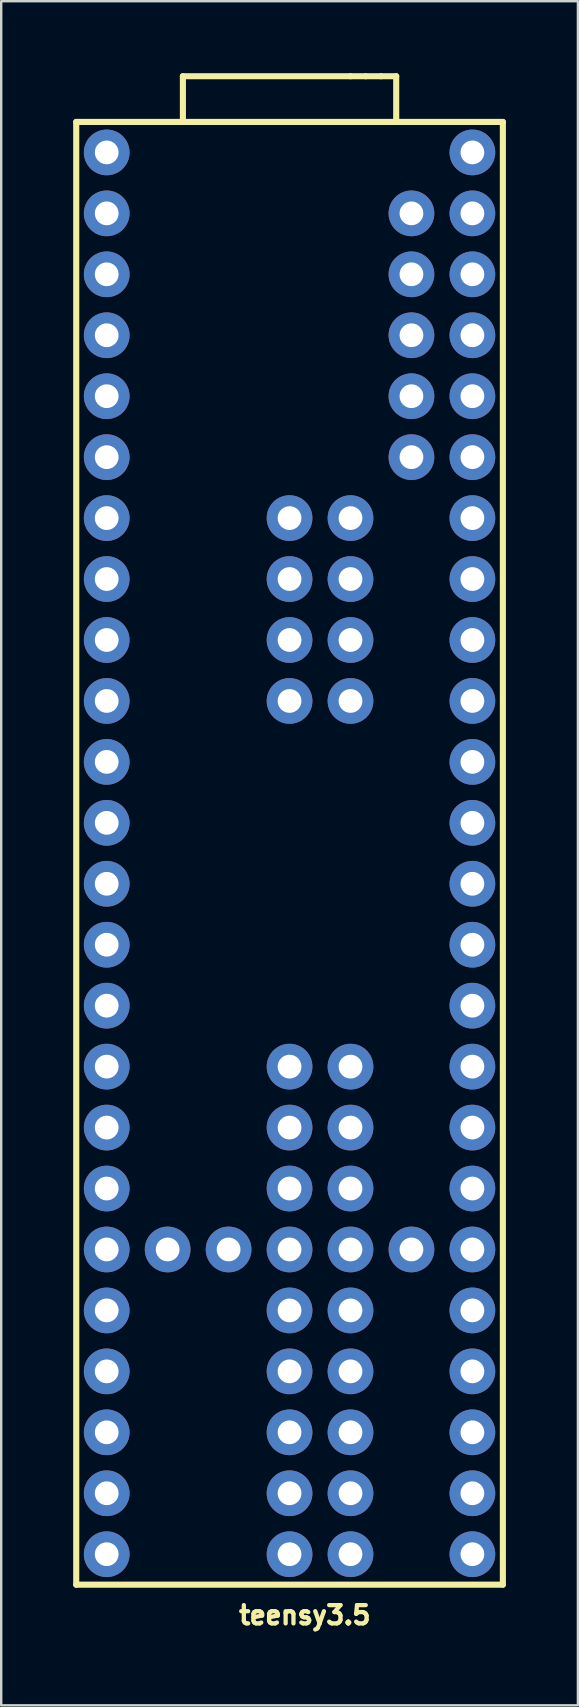
<source format=kicad_pcb>
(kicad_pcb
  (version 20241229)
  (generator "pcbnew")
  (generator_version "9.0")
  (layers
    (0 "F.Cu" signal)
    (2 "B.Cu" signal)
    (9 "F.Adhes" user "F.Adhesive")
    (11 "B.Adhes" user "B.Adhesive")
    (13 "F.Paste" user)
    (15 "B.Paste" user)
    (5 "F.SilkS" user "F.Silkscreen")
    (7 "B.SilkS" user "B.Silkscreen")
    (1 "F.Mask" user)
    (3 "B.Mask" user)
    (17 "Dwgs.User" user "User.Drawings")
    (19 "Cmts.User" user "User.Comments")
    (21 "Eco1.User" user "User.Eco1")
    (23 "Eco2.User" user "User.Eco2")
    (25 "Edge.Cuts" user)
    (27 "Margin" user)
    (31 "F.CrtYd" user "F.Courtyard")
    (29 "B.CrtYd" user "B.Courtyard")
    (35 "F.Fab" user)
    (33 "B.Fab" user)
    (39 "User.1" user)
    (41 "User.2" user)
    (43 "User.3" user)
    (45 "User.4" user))
  (footprint "teensy3.5"
    (layer "F.Cu")
    (at 9.017 32.512)
    (property "Reference" "teensy3.5" (at 0.635 31.75 0) (layer "F.SilkS") (effects (font (size 0.762 0.762) (thickness 0.178))))
    (attr through_hole)
    (fp_line (start -8.89 -30.48) (end 8.89 -30.48) (stroke (width 0.254) (type solid)) (layer "F.SilkS"))
    (fp_line (start -8.89 30.48) (end -8.89 -30.48) (stroke (width 0.254) (type solid)) (layer "F.SilkS"))
    (fp_line (start -4.445 -32.385) (end 2.54 -32.385) (stroke (width 0.254) (type solid)) (layer "F.SilkS"))
    (fp_line (start -4.445 -30.48) (end -4.445 -32.385) (stroke (width 0.254) (type solid)) (layer "F.SilkS"))
    (fp_line (start 2.54 -32.385) (end 3.175 -32.385) (stroke (width 0.254) (type solid)) (layer "F.SilkS"))
    (fp_line (start 3.175 -32.385) (end 3.81 -32.385) (stroke (width 0.254) (type solid)) (layer "F.SilkS"))
    (fp_line (start 3.81 -32.385) (end 4.445 -32.385) (stroke (width 0.254) (type solid)) (layer "F.SilkS"))
    (fp_line (start 4.445 -32.385) (end 4.445 -30.48) (stroke (width 0.254) (type solid)) (layer "F.SilkS"))
    (fp_line (start 8.89 -30.48) (end 8.89 30.48) (stroke (width 0.254) (type solid)) (layer "F.SilkS"))
    (fp_line (start 8.89 30.48) (end -8.89 30.48) (stroke (width 0.254) (type solid)) (layer "F.SilkS"))
    (pad "1" thru_hole circle (at -7.62 -29.21) (size 1.905 1.905) (drill 0.991) (layers "*.Cu" "*.Mask"))
    (pad "2" thru_hole circle (at -7.62 -26.67) (size 1.905 1.905) (drill 0.991) (layers "*.Cu" "*.Mask"))
    (pad "3" thru_hole circle (at -7.62 -24.13) (size 1.905 1.905) (drill 0.991) (layers "*.Cu" "*.Mask"))
    (pad "4" thru_hole circle (at -7.62 -21.59) (size 1.905 1.905) (drill 0.991) (layers "*.Cu" "*.Mask"))
    (pad "5" thru_hole circle (at -7.62 -19.05) (size 1.905 1.905) (drill 0.991) (layers "*.Cu" "*.Mask"))
    (pad "6" thru_hole circle (at -7.62 -16.51) (size 1.905 1.905) (drill 0.991) (layers "*.Cu" "*.Mask"))
    (pad "7" thru_hole circle (at -7.62 -13.97) (size 1.905 1.905) (drill 0.991) (layers "*.Cu" "*.Mask"))
    (pad "8" thru_hole circle (at -7.62 -11.43) (size 1.905 1.905) (drill 0.991) (layers "*.Cu" "*.Mask"))
    (pad "9" thru_hole circle (at -7.62 -8.89) (size 1.905 1.905) (drill 0.991) (layers "*.Cu" "*.Mask"))
    (pad "10" thru_hole circle (at -7.62 -6.35) (size 1.905 1.905) (drill 0.991) (layers "*.Cu" "*.Mask"))
    (pad "11" thru_hole circle (at -7.62 -3.81) (size 1.905 1.905) (drill 0.991) (layers "*.Cu" "*.Mask"))
    (pad "12" thru_hole circle (at -7.62 -1.27) (size 1.905 1.905) (drill 0.991) (layers "*.Cu" "*.Mask"))
    (pad "13" thru_hole circle (at -7.62 1.27) (size 1.905 1.905) (drill 0.991) (layers "*.Cu" "*.Mask"))
    (pad "14" thru_hole circle (at -7.62 3.81) (size 1.905 1.905) (drill 0.991) (layers "*.Cu" "*.Mask"))
    (pad "15" thru_hole circle (at -7.62 6.35) (size 1.905 1.905) (drill 0.991) (layers "*.Cu" "*.Mask"))
    (pad "16" thru_hole circle (at -7.62 8.89) (size 1.905 1.905) (drill 0.991) (layers "*.Cu" "*.Mask"))
    (pad "17" thru_hole circle (at -7.62 11.43) (size 1.905 1.905) (drill 0.991) (layers "*.Cu" "*.Mask"))
    (pad "18" thru_hole circle (at -7.62 13.97) (size 1.905 1.905) (drill 0.991) (layers "*.Cu" "*.Mask"))
    (pad "19" thru_hole circle (at -7.62 16.51) (size 1.905 1.905) (drill 0.991) (layers "*.Cu" "*.Mask"))
    (pad "20" thru_hole circle (at -7.62 19.05) (size 1.905 1.905) (drill 0.991) (layers "*.Cu" "*.Mask"))
    (pad "21" thru_hole circle (at -7.62 21.59) (size 1.905 1.905) (drill 0.991) (layers "*.Cu" "*.Mask"))
    (pad "22" thru_hole circle (at -7.62 24.13) (size 1.905 1.905) (drill 0.991) (layers "*.Cu" "*.Mask"))
    (pad "23" thru_hole circle (at -7.62 26.67) (size 1.905 1.905) (drill 0.991) (layers "*.Cu" "*.Mask"))
    (pad "24" thru_hole circle (at -7.62 29.21) (size 1.905 1.905) (drill 0.991) (layers "*.Cu" "*.Mask"))
    (pad "25" thru_hole circle (at 7.62 29.21) (size 1.905 1.905) (drill 0.991) (layers "*.Cu" "*.Mask"))
    (pad "26" thru_hole circle (at 7.62 26.67) (size 1.905 1.905) (drill 0.991) (layers "*.Cu" "*.Mask"))
    (pad "27" thru_hole circle (at 7.62 24.13) (size 1.905 1.905) (drill 0.991) (layers "*.Cu" "*.Mask"))
    (pad "28" thru_hole circle (at 7.62 21.59) (size 1.905 1.905) (drill 0.991) (layers "*.Cu" "*.Mask"))
    (pad "29" thru_hole circle (at 7.62 19.05) (size 1.905 1.905) (drill 0.991) (layers "*.Cu" "*.Mask"))
    (pad "30" thru_hole circle (at 7.62 16.51) (size 1.905 1.905) (drill 0.991) (layers "*.Cu" "*.Mask"))
    (pad "31" thru_hole circle (at 7.62 13.97) (size 1.905 1.905) (drill 0.991) (layers "*.Cu" "*.Mask"))
    (pad "32" thru_hole circle (at 7.62 11.43) (size 1.905 1.905) (drill 0.991) (layers "*.Cu" "*.Mask"))
    (pad "33" thru_hole circle (at 7.62 8.89) (size 1.905 1.905) (drill 0.991) (layers "*.Cu" "*.Mask"))
    (pad "34" thru_hole circle (at 7.62 6.35) (size 1.905 1.905) (drill 0.991) (layers "*.Cu" "*.Mask"))
    (pad "35" thru_hole circle (at 7.62 3.81) (size 1.905 1.905) (drill 0.991) (layers "*.Cu" "*.Mask"))
    (pad "36" thru_hole circle (at 7.62 1.27) (size 1.905 1.905) (drill 0.991) (layers "*.Cu" "*.Mask"))
    (pad "37" thru_hole circle (at 7.62 -1.27) (size 1.905 1.905) (drill 0.991) (layers "*.Cu" "*.Mask"))
    (pad "38" thru_hole circle (at 7.62 -3.81) (size 1.905 1.905) (drill 0.991) (layers "*.Cu" "*.Mask"))
    (pad "39" thru_hole circle (at 7.62 -6.35) (size 1.905 1.905) (drill 0.991) (layers "*.Cu" "*.Mask"))
    (pad "40" thru_hole circle (at 7.62 -8.89) (size 1.905 1.905) (drill 0.991) (layers "*.Cu" "*.Mask"))
    (pad "41" thru_hole circle (at 7.62 -11.43) (size 1.905 1.905) (drill 0.991) (layers "*.Cu" "*.Mask"))
    (pad "42" thru_hole circle (at 7.62 -13.97) (size 1.905 1.905) (drill 0.991) (layers "*.Cu" "*.Mask"))
    (pad "43" thru_hole circle (at 7.62 -16.51) (size 1.905 1.905) (drill 0.991) (layers "*.Cu" "*.Mask"))
    (pad "44" thru_hole circle (at 7.62 -19.05) (size 1.905 1.905) (drill 0.991) (layers "*.Cu" "*.Mask"))
    (pad "45" thru_hole circle (at 7.62 -21.59) (size 1.905 1.905) (drill 0.991) (layers "*.Cu" "*.Mask"))
    (pad "46" thru_hole circle (at 7.62 -24.13) (size 1.905 1.905) (drill 0.991) (layers "*.Cu" "*.Mask"))
    (pad "47" thru_hole circle (at 7.62 -26.67) (size 1.905 1.905) (drill 0.991) (layers "*.Cu" "*.Mask"))
    (pad "48" thru_hole circle (at 7.62 -29.21) (size 1.905 1.905) (drill 0.991) (layers "*.Cu" "*.Mask"))
    (pad "49" thru_hole circle (at 0 29.21) (size 1.905 1.905) (drill 0.991) (layers "*.Cu" "*.Mask"))
    (pad "50" thru_hole circle (at 0 26.67) (size 1.905 1.905) (drill 0.991) (layers "*.Cu" "*.Mask"))
    (pad "51" thru_hole circle (at 0 24.13) (size 1.905 1.905) (drill 0.991) (layers "*.Cu" "*.Mask"))
    (pad "52" thru_hole circle (at 0 21.59) (size 1.905 1.905) (drill 0.991) (layers "*.Cu" "*.Mask"))
    (pad "53" thru_hole circle (at 0 19.05) (size 1.905 1.905) (drill 0.991) (layers "*.Cu" "*.Mask"))
    (pad "54" thru_hole circle (at 2.54 19.05) (size 1.905 1.905) (drill 0.991) (layers "*.Cu" "*.Mask"))
    (pad "55" thru_hole circle (at 2.54 21.59) (size 1.905 1.905) (drill 0.991) (layers "*.Cu" "*.Mask"))
    (pad "56" thru_hole circle (at 2.54 24.13) (size 1.905 1.905) (drill 0.991) (layers "*.Cu" "*.Mask"))
    (pad "57" thru_hole circle (at 2.54 26.67) (size 1.905 1.905) (drill 0.991) (layers "*.Cu" "*.Mask"))
    (pad "58" thru_hole circle (at 2.54 29.21) (size 1.905 1.905) (drill 0.991) (layers "*.Cu" "*.Mask"))
    (pad "59" thru_hole circle (at 0 13.97) (size 1.905 1.905) (drill 0.991) (layers "*.Cu" "*.Mask"))
    (pad "60" thru_hole circle (at 0 11.43) (size 1.905 1.905) (drill 0.991) (layers "*.Cu" "*.Mask"))
    (pad "61" thru_hole circle (at 0 8.89) (size 1.905 1.905) (drill 0.991) (layers "*.Cu" "*.Mask"))
    (pad "62" thru_hole circle (at 2.54 8.89) (size 1.905 1.905) (drill 0.991) (layers "*.Cu" "*.Mask"))
    (pad "63" thru_hole circle (at 2.54 11.43) (size 1.905 1.905) (drill 0.991) (layers "*.Cu" "*.Mask"))
    (pad "64" thru_hole circle (at 2.54 13.97) (size 1.905 1.905) (drill 0.991) (layers "*.Cu" "*.Mask"))
    (pad "65" thru_hole circle (at 0 -6.35) (size 1.905 1.905) (drill 0.991) (layers "*.Cu" "*.Mask"))
    (pad "66" thru_hole circle (at 0 -8.89) (size 1.905 1.905) (drill 0.991) (layers "*.Cu" "*.Mask"))
    (pad "67" thru_hole circle (at 0 -11.43) (size 1.905 1.905) (drill 0.991) (layers "*.Cu" "*.Mask"))
    (pad "68" thru_hole circle (at 0 -13.97) (size 1.905 1.905) (drill 0.991) (layers "*.Cu" "*.Mask"))
    (pad "69" thru_hole circle (at 2.54 -13.97) (size 1.905 1.905) (drill 0.991) (layers "*.Cu" "*.Mask"))
    (pad "70" thru_hole circle (at 2.54 -11.43) (size 1.905 1.905) (drill 0.991) (layers "*.Cu" "*.Mask"))
    (pad "71" thru_hole circle (at 2.54 -8.89) (size 1.905 1.905) (drill 0.991) (layers "*.Cu" "*.Mask"))
    (pad "72" thru_hole circle (at 2.54 -6.35) (size 1.905 1.905) (drill 0.991) (layers "*.Cu" "*.Mask"))
    (pad "73" thru_hole circle (at -5.08 16.51) (size 1.905 1.905) (drill 0.991) (layers "*.Cu" "*.Mask"))
    (pad "74" thru_hole circle (at -2.54 16.51) (size 1.905 1.905) (drill 0.991) (layers "*.Cu" "*.Mask"))
    (pad "75" thru_hole circle (at 0 16.51) (size 1.905 1.905) (drill 0.991) (layers "*.Cu" "*.Mask"))
    (pad "76" thru_hole circle (at 2.54 16.51) (size 1.905 1.905) (drill 0.991) (layers "*.Cu" "*.Mask"))
    (pad "77" thru_hole circle (at 5.08 16.51) (size 1.905 1.905) (drill 0.991) (layers "*.Cu" "*.Mask"))
    (pad "78" thru_hole circle (at 5.08 -26.67) (size 1.905 1.905) (drill 0.991) (layers "*.Cu" "*.Mask"))
    (pad "79" thru_hole circle (at 5.08 -24.13) (size 1.905 1.905) (drill 0.991) (layers "*.Cu" "*.Mask"))
    (pad "80" thru_hole circle (at 5.08 -21.59) (size 1.905 1.905) (drill 0.991) (layers "*.Cu" "*.Mask"))
    (pad "81" thru_hole circle (at 5.08 -19.05) (size 1.905 1.905) (drill 0.991) (layers "*.Cu" "*.Mask"))
    (pad "82" thru_hole circle (at 5.08 -16.51) (size 1.905 1.905) (drill 0.991) (layers "*.Cu" "*.Mask")))
  (gr_rect
    (start -3 -3)
    (end 21.034 68.02)
    (stroke (width 0.1) (type default))
    (fill no)
    (layer "Edge.Cuts")))
</source>
